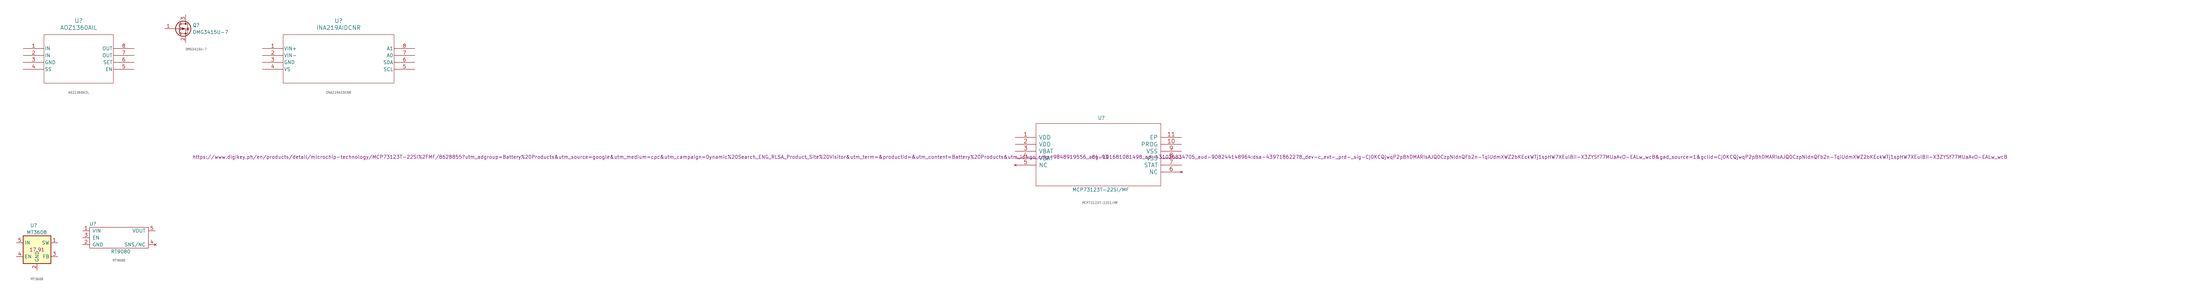
<source format=kicad_sym>
(kicad_symbol_lib
  (version 20220914)
  (generator kicad_symbol_editor)
  (symbol "AOZ1360AIL"
    (pin_names
      (offset 0.254))
    (property "Reference" "U"
      (at 20.32 10.16 0)
      (effects (font (size 1.524 1.524))))
    (property "Value" "AOZ1360AIL"
      (at 20.32 7.62 0)
      (effects (font (size 1.524 1.524))))
    (symbol "AOZ1360AIL_0_1"
      (polyline (pts (xy 7.62 -12.7) (xy 33.02 -12.7)) (stroke (width 0.127) (type default)) (fill (type none)))
      (polyline (pts (xy 7.62 5.08) (xy 7.62 -12.7)) (stroke (width 0.127) (type default)) (fill (type none)))
      (polyline (pts (xy 33.02 -12.7) (xy 33.02 5.08)) (stroke (width 0.127) (type default)) (fill (type none)))
      (polyline (pts (xy 33.02 5.08) (xy 7.62 5.08)) (stroke (width 0.127) (type default)) (fill (type none)))
      (pin input line (at 0 0 0) (length 7.62) (name "IN" (effects (font (size 1.27 1.27)))) (number "1" (effects (font (size 1.27 1.27)))))
      (pin input line (at 0 -2.54 0) (length 7.62) (name "IN" (effects (font (size 1.27 1.27)))) (number "2" (effects (font (size 1.27 1.27)))))
      (pin power_out line (at 0 -5.08 0) (length 7.62) (name "GND" (effects (font (size 1.27 1.27)))) (number "3" (effects (font (size 1.27 1.27)))))
      (pin unspecified line (at 0 -7.62 0) (length 7.62) (name "SS" (effects (font (size 1.27 1.27)))) (number "4" (effects (font (size 1.27 1.27)))))
      (pin unspecified line (at 40.64 -7.62 180) (length 7.62) (name "EN" (effects (font (size 1.27 1.27)))) (number "5" (effects (font (size 1.27 1.27)))))
      (pin unspecified line (at 40.64 -5.08 180) (length 7.62) (name "SET" (effects (font (size 1.27 1.27)))) (number "6" (effects (font (size 1.27 1.27)))))
      (pin output line (at 40.64 -2.54 180) (length 7.62) (name "OUT" (effects (font (size 1.27 1.27)))) (number "7" (effects (font (size 1.27 1.27)))))
      (pin output line (at 40.64 0 180) (length 7.62) (name "OUT" (effects (font (size 1.27 1.27)))) (number "8" (effects (font (size 1.27 1.27)))))))
  (symbol "DMG3415U-7"
    (pin_names
      (offset 0) hide)
    (property "Reference" "Q"
      (at 5.08 1.27 0)
      (effects (font (size 1.27 1.27)) (justify left)))
    (property "Value" "DMG3415U-7"
      (at 5.08 -1.27 0)
      (effects (font (size 1.27 1.27)) (justify left)))
    (symbol "DMG3415U-7_0_1"
      (polyline (pts (xy 0.254 0) (xy -2.54 0)) (stroke (width 0) (type solid)) (fill (type none)))
      (polyline (pts (xy 0.254 1.905) (xy 0.254 -1.905)) (stroke (width 0.254) (type solid)) (fill (type none)))
      (polyline (pts (xy 0.762 -1.27) (xy 0.762 -2.286)) (stroke (width 0.254) (type solid)) (fill (type none)))
      (polyline (pts (xy 0.762 0.508) (xy 0.762 -0.508)) (stroke (width 0.254) (type solid)) (fill (type none)))
      (polyline (pts (xy 0.762 2.286) (xy 0.762 1.27)) (stroke (width 0.254) (type solid)) (fill (type none)))
      (polyline (pts (xy 2.54 2.54) (xy 2.54 1.778)) (stroke (width 0) (type solid)) (fill (type none)))
      (polyline (pts (xy 2.54 -2.54) (xy 2.54 0) (xy 0.762 0)) (stroke (width 0) (type solid)) (fill (type none)))
      (polyline (pts (xy 0.762 1.778) (xy 3.302 1.778) (xy 3.302 -1.778) (xy 0.762 -1.778)) (stroke (width 0) (type solid)) (fill (type none)))
      (polyline (pts (xy 2.286 0) (xy 1.27 0.381) (xy 1.27 -0.381) (xy 2.286 0)) (stroke (width 0) (type solid)) (fill (type outline)))
      (polyline (pts (xy 2.794 -0.508) (xy 2.921 -0.381) (xy 3.683 -0.381) (xy 3.81 -0.254)) (stroke (width 0) (type solid)) (fill (type none)))
      (polyline (pts (xy 3.302 -0.381) (xy 2.921 0.254) (xy 3.683 0.254) (xy 3.302 -0.381)) (stroke (width 0) (type solid)) (fill (type none)))
      (circle (center 1.651 0) (radius 2.794) (stroke (width 0.254) (type solid)) (fill (type none)))
      (circle (center 2.54 -1.778) (radius 0.254) (stroke (width 0) (type solid)) (fill (type outline)))
      (circle (center 2.54 1.778) (radius 0.254) (stroke (width 0) (type solid)) (fill (type outline))))
    (symbol "DMG3415U-7_1_1"
      (pin input line (at -5.08 0 0) (length 2.54) (name "G" (effects (font (size 1.27 1.27)))) (number "1" (effects (font (size 1.27 1.27)))))
      (pin passive line (at 2.54 -5.08 90) (length 2.54) (name "S" (effects (font (size 1.27 1.27)))) (number "2" (effects (font (size 1.27 1.27)))))
      (pin passive line (at 2.54 5.08 270) (length 2.54) (name "D" (effects (font (size 1.27 1.27)))) (number "3" (effects (font (size 1.27 1.27)))))))
  (symbol "INA219AIDCNR"
    (pin_names
      (offset 0.254))
    (property "Reference" "U"
      (at 27.94 10.16 0)
      (effects (font (size 1.524 1.524))))
    (property "Value" "INA219AIDCNR"
      (at 27.94 7.62 0)
      (effects (font (size 1.524 1.524))))
    (symbol "INA219AIDCNR_0_1"
      (polyline (pts (xy 7.62 -12.7) (xy 48.26 -12.7)) (stroke (width 0.127) (type default)) (fill (type none)))
      (polyline (pts (xy 7.62 5.08) (xy 7.62 -12.7)) (stroke (width 0.127) (type default)) (fill (type none)))
      (polyline (pts (xy 48.26 -12.7) (xy 48.26 5.08)) (stroke (width 0.127) (type default)) (fill (type none)))
      (polyline (pts (xy 48.26 5.08) (xy 7.62 5.08)) (stroke (width 0.127) (type default)) (fill (type none)))
      (pin input line (at 0 0 0) (length 7.62) (name "VIN+" (effects (font (size 1.27 1.27)))) (number "1" (effects (font (size 1.27 1.27)))))
      (pin input line (at 0 -2.54 0) (length 7.62) (name "VIN-" (effects (font (size 1.27 1.27)))) (number "2" (effects (font (size 1.27 1.27)))))
      (pin power_in line (at 0 -5.08 0) (length 7.62) (name "GND" (effects (font (size 1.27 1.27)))) (number "3" (effects (font (size 1.27 1.27)))))
      (pin power_in line (at 0 -7.62 0) (length 7.62) (name "VS" (effects (font (size 1.27 1.27)))) (number "4" (effects (font (size 1.27 1.27)))))
      (pin unspecified line (at 55.88 -7.62 180) (length 7.62) (name "SCL" (effects (font (size 1.27 1.27)))) (number "5" (effects (font (size 1.27 1.27)))))
      (pin unspecified line (at 55.88 -5.08 180) (length 7.62) (name "SDA" (effects (font (size 1.27 1.27)))) (number "6" (effects (font (size 1.27 1.27)))))
      (pin unspecified line (at 55.88 -2.54 180) (length 7.62) (name "A0" (effects (font (size 1.27 1.27)))) (number "7" (effects (font (size 1.27 1.27)))))
      (pin unspecified line (at 55.88 0 180) (length 7.62) (name "A1" (effects (font (size 1.27 1.27)))) (number "8" (effects (font (size 1.27 1.27)))))))
  (symbol "MCP73123T-22SI/MF"
    (pin_names
      (offset 1.016))
    (property "Reference" "U"
      (at -0.795 13.575 0)
      (effects (font (size 1.27 1.27)) (justify left bottom)))
    (property "Value" "MCP73123T-22SI{slash}MF"
      (at -10.184 -12.729 0)
      (effects (font (size 1.27 1.27)) (justify left bottom)))
    (property "Link" "https://www.digikey.ph/en/products/detail/microchip-technology/MCP73123T-22SI%2FMF/8628855?utm_adgroup=Battery%20Products&utm_source=google&utm_medium=cpc&utm_campaign=Dynamic%20Search_ENG_RLSA_Product_Site%20Visitor&utm_term=&productid=&utm_content=Battery%20Products&utm_id=go_cmp-9848919556_adg-101681081498_ad-431026834705_aud-908244148964:dsa-43971862278_dev-c_ext-_prd-_sig-Cj0KCQjwqP2pBhDMARIsAJQ0CzpNldnQFb2n-TqiUdmXWZ2bKEckWTj1spHW7XEulBiI-X3ZYSf77MUaAvO-EALw_wcB&gad_source=1&gclid=Cj0KCQjwqP2pBhDMARIsAJQ0CzpNldnQFb2n-TqiUdmXWZ2bKEckWTj1spHW7XEulBiI-X3ZYSf77MUaAvO-EALw_wcB"
      (at 0 0 0)
      (effects (font (size 1.27 1.27))))
    (property " Price" "64..93"
      (at 0 0 0)
      (effects (font (size 1.27 1.27))))
    (symbol "MCP73123T-22SI/MF_1_1"
      (polyline (pts (xy -23.447 -10.609) (xy 22.273 -10.609)) (stroke (width 0.127) (type default)) (fill (type none)))
      (polyline (pts (xy -23.447 12.251) (xy -23.447 -10.609)) (stroke (width 0.127) (type default)) (fill (type none)))
      (polyline (pts (xy 22.273 -10.609) (xy 22.273 12.251)) (stroke (width 0.127) (type default)) (fill (type none)))
      (polyline (pts (xy 22.273 12.251) (xy -23.447 12.251)) (stroke (width 0.127) (type default)) (fill (type none)))
      (pin power_in line (at -31.067 7.171 0) (length 7.62) (name "VDD" (effects (font (size 1.499 1.499)))) (number "1" (effects (font (size 1.499 1.499)))))
      (pin unspecified line (at 29.893 4.631 180) (length 7.62) (name "PROG" (effects (font (size 1.499 1.499)))) (number "10" (effects (font (size 1.499 1.499)))))
      (pin unspecified line (at 29.893 7.171 180) (length 7.62) (name "EP" (effects (font (size 1.499 1.499)))) (number "11" (effects (font (size 1.499 1.499)))))
      (pin power_in line (at -31.067 4.631 0) (length 7.62) (name "VDD" (effects (font (size 1.499 1.499)))) (number "2" (effects (font (size 1.499 1.499)))))
      (pin power_in line (at -31.067 2.091 0) (length 7.62) (name "VBAT" (effects (font (size 1.499 1.499)))) (number "3" (effects (font (size 1.499 1.499)))))
      (pin power_in line (at -31.067 -0.449 0) (length 7.62) (name "VBAT" (effects (font (size 1.499 1.499)))) (number "4" (effects (font (size 1.499 1.499)))))
      (pin no_connect line (at -31.067 -2.989 0) (length 7.62) (name "NC" (effects (font (size 1.499 1.499)))) (number "5" (effects (font (size 1.499 1.499)))))
      (pin no_connect line (at 29.893 -5.529 180) (length 7.62) (name "NC" (effects (font (size 1.499 1.499)))) (number "6" (effects (font (size 1.499 1.499)))))
      (pin output line (at 29.893 -2.989 180) (length 7.62) (name "STAT" (effects (font (size 1.499 1.499)))) (number "7" (effects (font (size 1.499 1.499)))))
      (pin power_in line (at 29.893 -0.449 180) (length 7.62) (name "VSS" (effects (font (size 1.499 1.499)))) (number "8" (effects (font (size 1.499 1.499)))))
      (pin power_in line (at 29.893 2.091 180) (length 7.62) (name "VSS" (effects (font (size 1.499 1.499)))) (number "9" (effects (font (size 1.499 1.499)))))))
  (symbol "MT3608"
    (property "Reference" "U"
      (at -2.54 8.89 0)
      (effects (font (size 1.27 1.27)) (justify left)))
    (property "Value" "MT3608"
      (at -3.81 6.35 0)
      (effects (font (size 1.27 1.27)) (justify left)))
    (property "Price" "17.91"
      (at 0 0 0)
      (effects (font (size 1.27 1.27))))
    (symbol "MT3608_0_1"
      (rectangle (start -5.08 5.08) (end 5.08 -5.08) (stroke (width 0.254) (type default)) (fill (type background))))
    (symbol "MT3608_1_1"
      (pin passive line (at 7.62 2.54 180) (length 2.54) (name "SW" (effects (font (size 1.27 1.27)))) (number "1" (effects (font (size 1.27 1.27)))))
      (pin power_in line (at 0 -7.62 90) (length 2.54) (name "GND" (effects (font (size 1.27 1.27)))) (number "2" (effects (font (size 1.27 1.27)))))
      (pin input line (at 7.62 -2.54 180) (length 2.54) (name "FB" (effects (font (size 1.27 1.27)))) (number "3" (effects (font (size 1.27 1.27)))))
      (pin input line (at -7.62 -2.54 0) (length 2.54) (name "EN" (effects (font (size 1.27 1.27)))) (number "4" (effects (font (size 1.27 1.27)))))
      (pin power_in line (at -7.62 2.54 0) (length 2.54) (name "IN" (effects (font (size 1.27 1.27)))) (number "5" (effects (font (size 1.27 1.27)))))
      (pin no_connect line (at 5.08 0 180) (length 2.54) hide (name "NC" (effects (font (size 1.27 1.27)))) (number "6" (effects (font (size 1.27 1.27)))))))
  (symbol "RT9080"
    (pin_names
      (offset 1.016))
    (property "Reference" "U"
      (at 1.27 1.27 0)
      (effects (font (size 1.27 1.27))))
    (property "Value" "RT9080"
      (at 11.43 -8.89 0)
      (effects (font (size 1.27 1.27))))
    (symbol "RT9080_0_1"
      (rectangle (start 21.59 -7.62) (end 0 0) (stroke (width 0) (type solid)) (fill (type none))))
    (symbol "RT9080_1_1"
      (pin power_in line (at -2.54 -1.27 0) (length 2.54) (name "VIN" (effects (font (size 1.27 1.27)))) (number "1" (effects (font (size 1.27 1.27)))))
      (pin input line (at -2.54 -6.35 0) (length 2.54) (name "GND" (effects (font (size 1.27 1.27)))) (number "2" (effects (font (size 1.27 1.27)))))
      (pin input line (at -2.54 -3.81 0) (length 2.54) (name "EN" (effects (font (size 1.27 1.27)))) (number "3" (effects (font (size 1.27 1.27)))))
      (pin no_connect line (at 24.13 -6.35 180) (length 2.54) (name "SNS/NC" (effects (font (size 1.27 1.27)))) (number "4" (effects (font (size 1.27 1.27)))))
      (pin power_out line (at 24.13 -1.27 180) (length 2.54) (name "VOUT" (effects (font (size 1.27 1.27)))) (number "5" (effects (font (size 1.27 1.27))))))))
</source>
